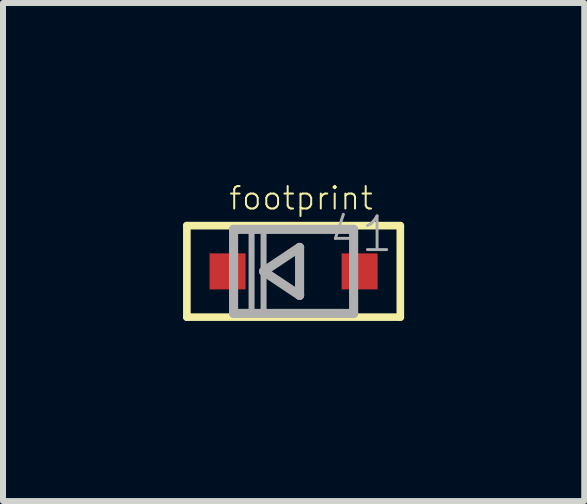
<source format=kicad_pcb>
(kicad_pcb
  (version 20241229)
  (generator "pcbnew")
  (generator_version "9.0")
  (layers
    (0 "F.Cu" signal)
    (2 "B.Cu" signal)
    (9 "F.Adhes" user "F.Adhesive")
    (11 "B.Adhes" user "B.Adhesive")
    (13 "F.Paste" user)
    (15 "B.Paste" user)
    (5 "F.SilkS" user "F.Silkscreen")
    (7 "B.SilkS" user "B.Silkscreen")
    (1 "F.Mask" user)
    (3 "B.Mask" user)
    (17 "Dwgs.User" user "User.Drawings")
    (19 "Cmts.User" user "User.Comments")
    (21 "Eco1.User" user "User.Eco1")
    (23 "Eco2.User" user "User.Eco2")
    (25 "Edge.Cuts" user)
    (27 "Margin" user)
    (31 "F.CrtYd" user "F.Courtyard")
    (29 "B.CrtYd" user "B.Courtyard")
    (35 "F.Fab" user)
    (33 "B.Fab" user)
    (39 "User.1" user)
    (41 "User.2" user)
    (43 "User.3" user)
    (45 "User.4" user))
  (footprint "footprint"
    (layer "F.Cu")
    (at 1.841 1.471)
    (property "Reference" "footprint" (at -1.1 -1 0) (layer "F.SilkS") (effects (font (size 0.374 0.374) (thickness 0.033)) (justify left bottom)))
    (fp_line (start -1.778 -0.762) (end 1.778 -0.762) (stroke (width 0.127) (type solid)) (layer "F.SilkS"))
    (fp_line (start -1.778 0.762) (end -1.778 -0.762) (stroke (width 0.127) (type solid)) (layer "F.SilkS"))
    (fp_line (start 1.778 -0.762) (end 1.778 0.762) (stroke (width 0.127) (type solid)) (layer "F.SilkS"))
    (fp_line (start 1.778 0.762) (end -1.778 0.762) (stroke (width 0.127) (type solid)) (layer "F.SilkS"))
    (fp_line (start -1 -0.7) (end 1 -0.7) (stroke (width 0.152) (type solid)) (layer "F.Fab"))
    (fp_line (start -1 0.7) (end -1 -0.7) (stroke (width 0.152) (type solid)) (layer "F.Fab"))
    (fp_line (start -0.5 0) (end 0.1 -0.4) (stroke (width 0.152) (type solid)) (layer "F.Fab"))
    (fp_line (start 0.1 -0.4) (end 0.1 0.4) (stroke (width 0.152) (type solid)) (layer "F.Fab"))
    (fp_line (start 0.1 0.4) (end -0.5 0) (stroke (width 0.152) (type solid)) (layer "F.Fab"))
    (fp_line (start 1 -0.7) (end 1 0.7) (stroke (width 0.152) (type solid)) (layer "F.Fab"))
    (fp_line (start 1 0.7) (end -1 0.7) (stroke (width 0.152) (type solid)) (layer "F.Fab"))
    (fp_poly (pts (xy -0.7 0.7) (xy -0.5 0.7) (xy -0.5 -0.7) (xy -0.7 -0.7)) (stroke (width 0.1) (type solid)) (fill no) (layer "F.Fab"))
    (fp_text user "41" (at 0.557 -0.292 180) (layer "F.Fab") (effects (font (size 0.561 0.561) (thickness 0.049)) (justify left bottom)))
    (pad "A" smd rect (at 1.1 0) (size 0.6 0.6) (layers "F.Cu" "F.Mask" "F.Paste"))
    (pad "C" smd rect (at -1.1 0) (size 0.6 0.6) (layers "F.Cu" "F.Mask" "F.Paste")))
  (gr_rect
    (start -3 -3)
    (end 6.683 5.297)
    (stroke (width 0.1) (type default))
    (fill no)
    (layer "Edge.Cuts")))
</source>
